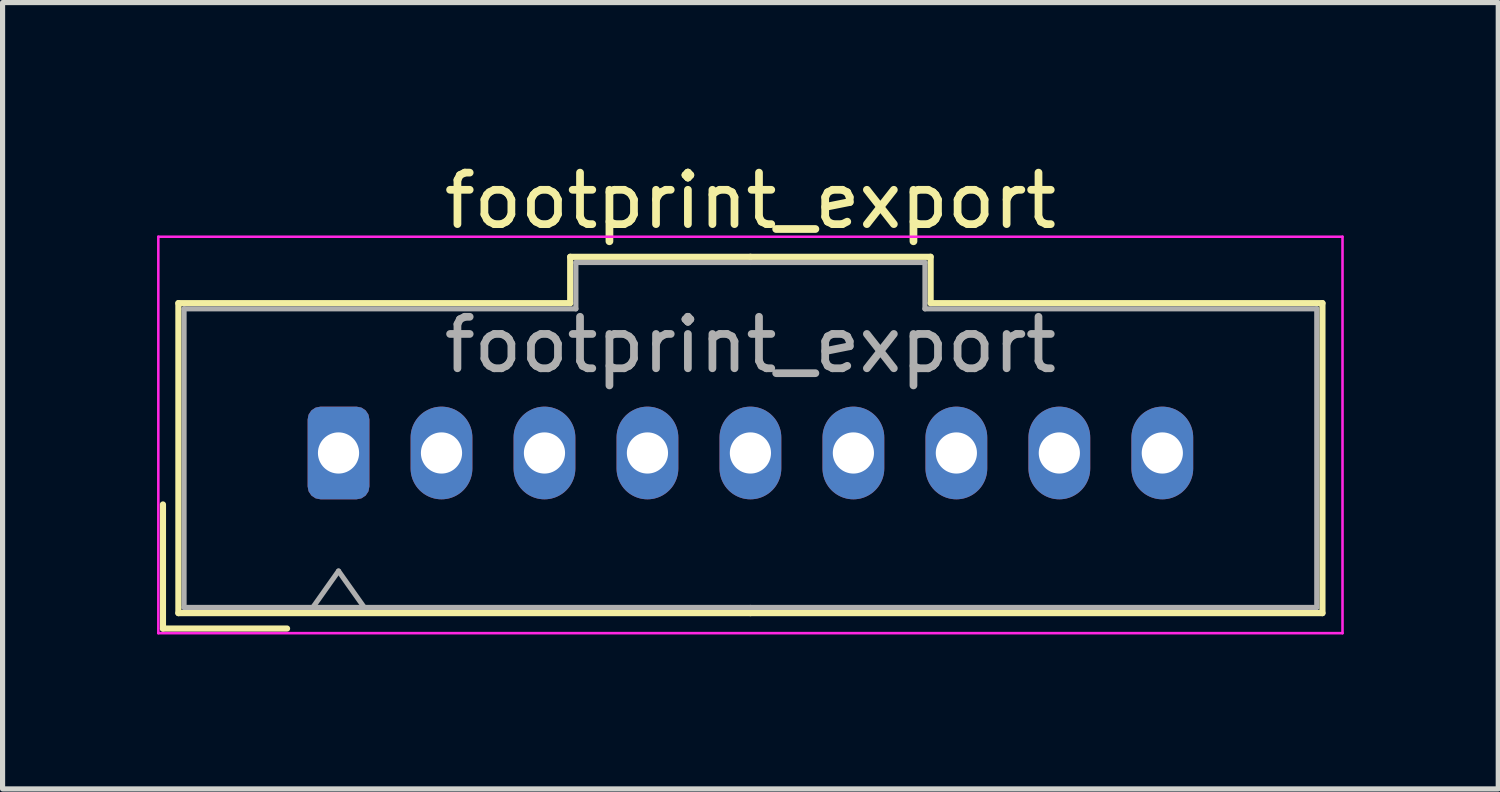
<source format=kicad_pcb>
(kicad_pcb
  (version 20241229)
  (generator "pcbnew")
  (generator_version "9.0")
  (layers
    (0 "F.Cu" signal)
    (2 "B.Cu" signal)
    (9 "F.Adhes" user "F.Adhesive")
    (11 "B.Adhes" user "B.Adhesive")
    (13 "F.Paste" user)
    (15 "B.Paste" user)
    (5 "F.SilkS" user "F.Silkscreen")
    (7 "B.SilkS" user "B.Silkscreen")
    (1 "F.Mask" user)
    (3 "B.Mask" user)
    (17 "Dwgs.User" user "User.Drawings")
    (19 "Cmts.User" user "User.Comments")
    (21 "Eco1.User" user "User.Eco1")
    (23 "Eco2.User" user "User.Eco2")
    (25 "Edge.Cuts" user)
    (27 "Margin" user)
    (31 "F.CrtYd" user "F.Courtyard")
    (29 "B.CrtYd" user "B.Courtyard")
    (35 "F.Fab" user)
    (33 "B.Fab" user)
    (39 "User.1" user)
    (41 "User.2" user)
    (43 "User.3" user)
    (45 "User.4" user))
  (footprint "footprint_export"
    (layer "F.Cu")
    (at 3.525 5.748)
    (property "Reference" "footprint_export" (at 8 -4.9 0) (layer "F.SilkS") (effects (font (size 1 1) (thickness 0.15))))
    (attr through_hole)
    (fp_line (start -3.41 1) (end -3.41 3.41) (stroke (width 0.12) (type solid)) (layer "F.SilkS"))
    (fp_line (start -3.41 3.41) (end -1 3.41) (stroke (width 0.12) (type solid)) (layer "F.SilkS"))
    (fp_line (start -3.11 -2.91) (end -3.11 3.11) (stroke (width 0.12) (type solid)) (layer "F.SilkS"))
    (fp_line (start -3.11 3.11) (end 8 3.11) (stroke (width 0.12) (type solid)) (layer "F.SilkS"))
    (fp_line (start 4.5 -3.81) (end 4.5 -2.91) (stroke (width 0.12) (type solid)) (layer "F.SilkS"))
    (fp_line (start 4.5 -2.91) (end -3.11 -2.91) (stroke (width 0.12) (type solid)) (layer "F.SilkS"))
    (fp_line (start 8 -3.81) (end 4.5 -3.81) (stroke (width 0.12) (type solid)) (layer "F.SilkS"))
    (fp_line (start 8 -3.81) (end 11.5 -3.81) (stroke (width 0.12) (type solid)) (layer "F.SilkS"))
    (fp_line (start 11.5 -3.81) (end 11.5 -2.91) (stroke (width 0.12) (type solid)) (layer "F.SilkS"))
    (fp_line (start 11.5 -2.91) (end 19.11 -2.91) (stroke (width 0.12) (type solid)) (layer "F.SilkS"))
    (fp_line (start 19.11 -2.91) (end 19.11 3.11) (stroke (width 0.12) (type solid)) (layer "F.SilkS"))
    (fp_line (start 19.11 3.11) (end 8 3.11) (stroke (width 0.12) (type solid)) (layer "F.SilkS"))
    (fp_line (start -3.5 -4.2) (end -3.5 3.5) (stroke (width 0.05) (type solid)) (layer "F.CrtYd"))
    (fp_line (start -3.5 3.5) (end 19.5 3.5) (stroke (width 0.05) (type solid)) (layer "F.CrtYd"))
    (fp_line (start 19.5 -4.2) (end -3.5 -4.2) (stroke (width 0.05) (type solid)) (layer "F.CrtYd"))
    (fp_line (start 19.5 3.5) (end 19.5 -4.2) (stroke (width 0.05) (type solid)) (layer "F.CrtYd"))
    (fp_line (start -3 -2.8) (end -3 3) (stroke (width 0.1) (type solid)) (layer "F.Fab"))
    (fp_line (start -3 3) (end 8 3) (stroke (width 0.1) (type solid)) (layer "F.Fab"))
    (fp_line (start -0.5 3) (end 0 2.293) (stroke (width 0.1) (type solid)) (layer "F.Fab"))
    (fp_line (start 0 2.293) (end 0.5 3) (stroke (width 0.1) (type solid)) (layer "F.Fab"))
    (fp_line (start 4.61 -3.7) (end 4.61 -2.8) (stroke (width 0.1) (type solid)) (layer "F.Fab"))
    (fp_line (start 4.61 -2.8) (end -3 -2.8) (stroke (width 0.1) (type solid)) (layer "F.Fab"))
    (fp_line (start 8 -3.7) (end 4.61 -3.7) (stroke (width 0.1) (type solid)) (layer "F.Fab"))
    (fp_line (start 8 -3.7) (end 11.39 -3.7) (stroke (width 0.1) (type solid)) (layer "F.Fab"))
    (fp_line (start 11.39 -3.7) (end 11.39 -2.8) (stroke (width 0.1) (type solid)) (layer "F.Fab"))
    (fp_line (start 11.39 -2.8) (end 19 -2.8) (stroke (width 0.1) (type solid)) (layer "F.Fab"))
    (fp_line (start 19 -2.8) (end 19 3) (stroke (width 0.1) (type solid)) (layer "F.Fab"))
    (fp_line (start 19 3) (end 8 3) (stroke (width 0.1) (type solid)) (layer "F.Fab"))
    (fp_text user "${REFERENCE}" (at 8 -2.1 0) (layer "F.Fab") (effects (font (size 1 1) (thickness 0.15))))
    (pad "1" thru_hole roundrect (at 0 0) (size 1.2 1.8) (drill 0.8) (layers "*.Cu" "*.Mask") (roundrect_rratio 0.208))
    (pad "2" thru_hole oval (at 2 0) (size 1.2 1.8) (drill 0.8) (layers "*.Cu" "*.Mask"))
    (pad "3" thru_hole oval (at 4 0) (size 1.2 1.8) (drill 0.8) (layers "*.Cu" "*.Mask"))
    (pad "4" thru_hole oval (at 6 0) (size 1.2 1.8) (drill 0.8) (layers "*.Cu" "*.Mask"))
    (pad "5" thru_hole oval (at 8 0) (size 1.2 1.8) (drill 0.8) (layers "*.Cu" "*.Mask"))
    (pad "6" thru_hole oval (at 10 0) (size 1.2 1.8) (drill 0.8) (layers "*.Cu" "*.Mask"))
    (pad "7" thru_hole oval (at 12 0) (size 1.2 1.8) (drill 0.8) (layers "*.Cu" "*.Mask"))
    (pad "8" thru_hole oval (at 14 0) (size 1.2 1.8) (drill 0.8) (layers "*.Cu" "*.Mask"))
    (pad "9" thru_hole oval (at 16 0) (size 1.2 1.8) (drill 0.8) (layers "*.Cu" "*.Mask")))
  (gr_rect
    (start -3 -3)
    (end 26.05 12.273)
    (stroke (width 0.1) (type default))
    (fill no)
    (layer "Edge.Cuts")))
</source>
